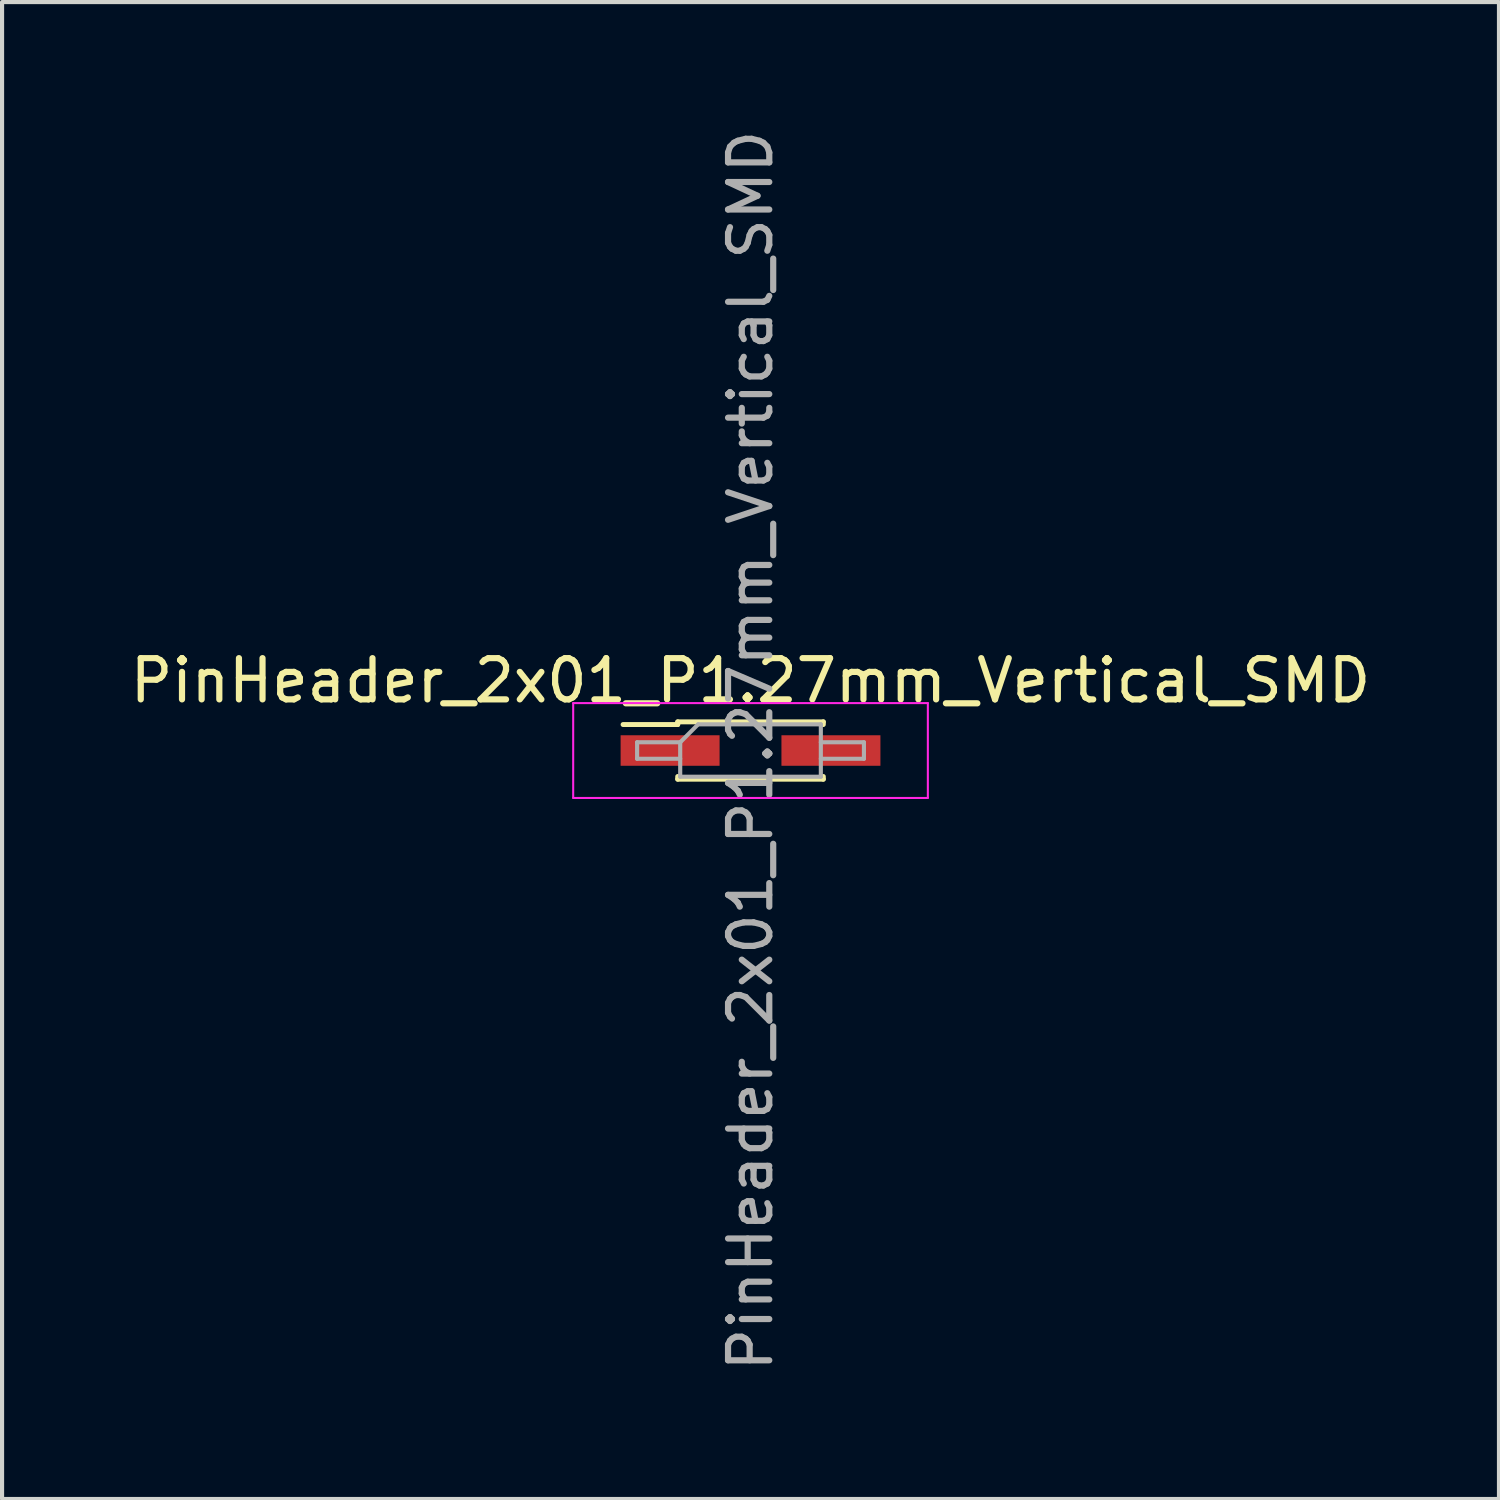
<source format=kicad_pcb>
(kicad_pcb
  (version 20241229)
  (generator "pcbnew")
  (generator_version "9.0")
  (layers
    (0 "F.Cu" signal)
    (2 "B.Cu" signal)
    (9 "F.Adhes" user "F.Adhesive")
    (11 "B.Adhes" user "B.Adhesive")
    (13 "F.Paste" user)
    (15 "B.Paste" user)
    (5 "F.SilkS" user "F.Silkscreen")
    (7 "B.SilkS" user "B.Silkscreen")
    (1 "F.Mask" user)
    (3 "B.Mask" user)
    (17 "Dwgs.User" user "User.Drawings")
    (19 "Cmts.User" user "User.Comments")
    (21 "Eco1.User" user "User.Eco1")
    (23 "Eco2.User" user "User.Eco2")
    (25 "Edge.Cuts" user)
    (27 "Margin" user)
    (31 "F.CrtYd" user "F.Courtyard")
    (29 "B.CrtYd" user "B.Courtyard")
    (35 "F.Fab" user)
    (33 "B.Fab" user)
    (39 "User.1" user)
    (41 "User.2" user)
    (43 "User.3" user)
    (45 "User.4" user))
  (footprint "PinHeader_2x01_P1.27mm_Vertical_SMD"
    (layer "F.Cu")
    (at 15.149 15.149)
    (property "Reference" "PinHeader_2x01_P1.27mm_Vertical_SMD" (at 0 -1.695 0) (layer "F.SilkS") (effects (font (size 1 1) (thickness 0.15))))
    (attr smd)
    (fp_line (start -3.09 -0.63) (end -1.765 -0.63) (stroke (width 0.12) (type solid)) (layer "F.SilkS"))
    (fp_line (start -1.765 -0.695) (end -1.765 -0.63) (stroke (width 0.12) (type solid)) (layer "F.SilkS"))
    (fp_line (start -1.765 -0.695) (end 1.765 -0.695) (stroke (width 0.12) (type solid)) (layer "F.SilkS"))
    (fp_line (start -1.765 0.63) (end -1.765 0.695) (stroke (width 0.12) (type solid)) (layer "F.SilkS"))
    (fp_line (start -1.765 0.695) (end 1.765 0.695) (stroke (width 0.12) (type solid)) (layer "F.SilkS"))
    (fp_line (start 1.765 -0.695) (end 1.765 -0.63) (stroke (width 0.12) (type solid)) (layer "F.SilkS"))
    (fp_line (start 1.765 0.63) (end 1.765 0.695) (stroke (width 0.12) (type solid)) (layer "F.SilkS"))
    (fp_line (start -4.3 -1.15) (end -4.3 1.15) (stroke (width 0.05) (type solid)) (layer "F.CrtYd"))
    (fp_line (start -4.3 1.15) (end 4.3 1.15) (stroke (width 0.05) (type solid)) (layer "F.CrtYd"))
    (fp_line (start 4.3 -1.15) (end -4.3 -1.15) (stroke (width 0.05) (type solid)) (layer "F.CrtYd"))
    (fp_line (start 4.3 1.15) (end 4.3 -1.15) (stroke (width 0.05) (type solid)) (layer "F.CrtYd"))
    (fp_line (start -2.75 -0.2) (end -2.75 0.2) (stroke (width 0.1) (type solid)) (layer "F.Fab"))
    (fp_line (start -2.75 0.2) (end -1.705 0.2) (stroke (width 0.1) (type solid)) (layer "F.Fab"))
    (fp_line (start -1.705 -0.2) (end -2.75 -0.2) (stroke (width 0.1) (type solid)) (layer "F.Fab"))
    (fp_line (start -1.705 -0.2) (end -1.27 -0.635) (stroke (width 0.1) (type solid)) (layer "F.Fab"))
    (fp_line (start -1.705 0.635) (end -1.705 -0.2) (stroke (width 0.1) (type solid)) (layer "F.Fab"))
    (fp_line (start -1.27 -0.635) (end 1.705 -0.635) (stroke (width 0.1) (type solid)) (layer "F.Fab"))
    (fp_line (start 1.705 -0.635) (end 1.705 0.635) (stroke (width 0.1) (type solid)) (layer "F.Fab"))
    (fp_line (start 1.705 -0.2) (end 2.75 -0.2) (stroke (width 0.1) (type solid)) (layer "F.Fab"))
    (fp_line (start 1.705 0.635) (end -1.705 0.635) (stroke (width 0.1) (type solid)) (layer "F.Fab"))
    (fp_line (start 2.75 -0.2) (end 2.75 0.2) (stroke (width 0.1) (type solid)) (layer "F.Fab"))
    (fp_line (start 2.75 0.2) (end 1.705 0.2) (stroke (width 0.1) (type solid)) (layer "F.Fab"))
    (fp_text user "${REFERENCE}" (at 0 0 90) (layer "F.Fab") (effects (font (size 1 1) (thickness 0.15))))
    (pad "1" smd rect (at -1.95 0) (size 2.4 0.74) (layers "F.Cu" "F.Mask" "F.Paste"))
    (pad "2" smd rect (at 1.95 0) (size 2.4 0.74) (layers "F.Cu" "F.Mask" "F.Paste")))
  (gr_rect
    (start -3 -3)
    (end 33.298 33.298)
    (stroke (width 0.1) (type default))
    (fill no)
    (layer "Edge.Cuts")))
</source>
